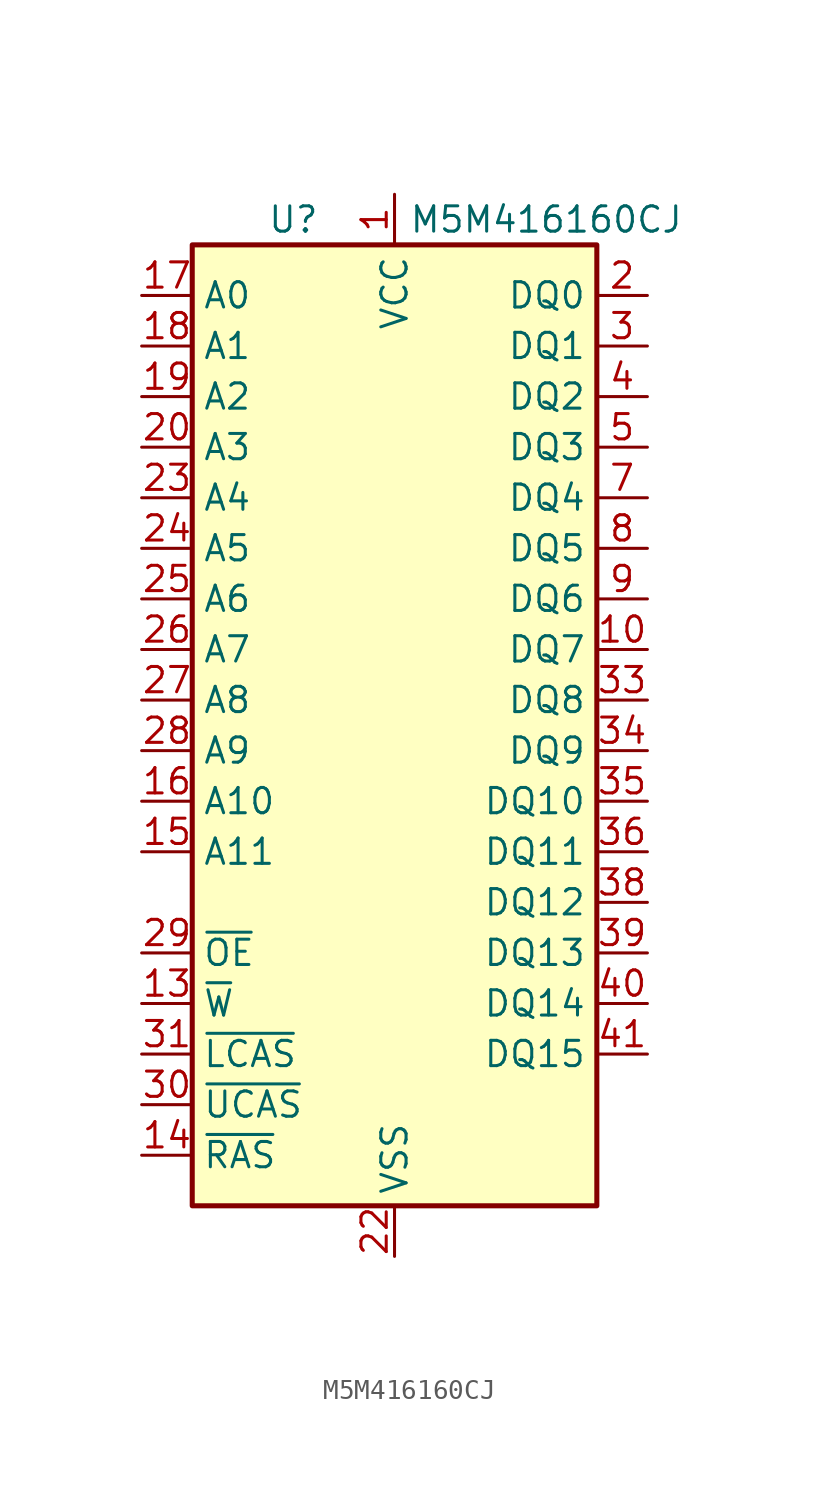
<source format=kicad_sym>
(kicad_symbol_lib
  (version 20231120)
  (generator "kicad_symbol_editor")
  (generator_version "8.0")
  (symbol "M5M416160CJ"
    (property "Reference" "U"
      (at -5.08 25.4 0)
      (effects (font (size 1.27 1.27))))
    (property "Value" "M5M416160CJ"
      (at 7.62 25.4 0)
      (effects (font (size 1.27 1.27))))
    (symbol "M5M416160CJ_0_1"
      (rectangle (start -10.16 24.13) (end 10.16 -24.13) (stroke (width 0.254) (type default)) (fill (type background))))
    (symbol "M5M416160CJ_1_0"
      (pin no_connect line (at 10.16 -21.59 180) (length 2.54) hide (name "NC" (effects (font (size 1.27 1.27)))) (number "32" (effects (font (size 1.27 1.27))))))
    (symbol "M5M416160CJ_1_1"
      (pin power_in line (at 0 26.67 270) (length 2.54) (name "VCC" (effects (font (size 1.27 1.27)))) (number "1" (effects (font (size 1.27 1.27)))))
      (pin bidirectional line (at 12.7 3.81 180) (length 2.54) (name "DQ7" (effects (font (size 1.27 1.27)))) (number "10" (effects (font (size 1.27 1.27)))))
      (pin no_connect line (at 10.16 -19.05 180) (length 2.54) hide (name "NC" (effects (font (size 1.27 1.27)))) (number "11" (effects (font (size 1.27 1.27)))))
      (pin no_connect line (at 10.16 -21.59 180) (length 2.54) hide (name "NC" (effects (font (size 1.27 1.27)))) (number "12" (effects (font (size 1.27 1.27)))))
      (pin input line (at -12.7 -13.97 0) (length 2.54) (name "~{W}" (effects (font (size 1.27 1.27)))) (number "13" (effects (font (size 1.27 1.27)))))
      (pin input line (at -12.7 -21.59 0) (length 2.54) (name "~{RAS}" (effects (font (size 1.27 1.27)))) (number "14" (effects (font (size 1.27 1.27)))))
      (pin input line (at -12.7 -6.35 0) (length 2.54) (name "A11" (effects (font (size 1.27 1.27)))) (number "15" (effects (font (size 1.27 1.27)))))
      (pin input line (at -12.7 -3.81 0) (length 2.54) (name "A10" (effects (font (size 1.27 1.27)))) (number "16" (effects (font (size 1.27 1.27)))))
      (pin input line (at -12.7 21.59 0) (length 2.54) (name "A0" (effects (font (size 1.27 1.27)))) (number "17" (effects (font (size 1.27 1.27)))))
      (pin input line (at -12.7 19.05 0) (length 2.54) (name "A1" (effects (font (size 1.27 1.27)))) (number "18" (effects (font (size 1.27 1.27)))))
      (pin input line (at -12.7 16.51 0) (length 2.54) (name "A2" (effects (font (size 1.27 1.27)))) (number "19" (effects (font (size 1.27 1.27)))))
      (pin bidirectional line (at 12.7 21.59 180) (length 2.54) (name "DQ0" (effects (font (size 1.27 1.27)))) (number "2" (effects (font (size 1.27 1.27)))))
      (pin input line (at -12.7 13.97 0) (length 2.54) (name "A3" (effects (font (size 1.27 1.27)))) (number "20" (effects (font (size 1.27 1.27)))))
      (pin passive line (at 0 26.67 270) (length 2.54) hide (name "VCC" (effects (font (size 1.27 1.27)))) (number "21" (effects (font (size 1.27 1.27)))))
      (pin power_in line (at 0 -26.67 90) (length 2.54) (name "VSS" (effects (font (size 1.27 1.27)))) (number "22" (effects (font (size 1.27 1.27)))))
      (pin input line (at -12.7 11.43 0) (length 2.54) (name "A4" (effects (font (size 1.27 1.27)))) (number "23" (effects (font (size 1.27 1.27)))))
      (pin input line (at -12.7 8.89 0) (length 2.54) (name "A5" (effects (font (size 1.27 1.27)))) (number "24" (effects (font (size 1.27 1.27)))))
      (pin input line (at -12.7 6.35 0) (length 2.54) (name "A6" (effects (font (size 1.27 1.27)))) (number "25" (effects (font (size 1.27 1.27)))))
      (pin input line (at -12.7 3.81 0) (length 2.54) (name "A7" (effects (font (size 1.27 1.27)))) (number "26" (effects (font (size 1.27 1.27)))))
      (pin input line (at -12.7 1.27 0) (length 2.54) (name "A8" (effects (font (size 1.27 1.27)))) (number "27" (effects (font (size 1.27 1.27)))))
      (pin input line (at -12.7 -1.27 0) (length 2.54) (name "A9" (effects (font (size 1.27 1.27)))) (number "28" (effects (font (size 1.27 1.27)))))
      (pin input line (at -12.7 -11.43 0) (length 2.54) (name "~{OE}" (effects (font (size 1.27 1.27)))) (number "29" (effects (font (size 1.27 1.27)))))
      (pin bidirectional line (at 12.7 19.05 180) (length 2.54) (name "DQ1" (effects (font (size 1.27 1.27)))) (number "3" (effects (font (size 1.27 1.27)))))
      (pin input line (at -12.7 -19.05 0) (length 2.54) (name "~{UCAS}" (effects (font (size 1.27 1.27)))) (number "30" (effects (font (size 1.27 1.27)))))
      (pin input line (at -12.7 -16.51 0) (length 2.54) (name "~{LCAS}" (effects (font (size 1.27 1.27)))) (number "31" (effects (font (size 1.27 1.27)))))
      (pin bidirectional line (at 12.7 1.27 180) (length 2.54) (name "DQ8" (effects (font (size 1.27 1.27)))) (number "33" (effects (font (size 1.27 1.27)))))
      (pin bidirectional line (at 12.7 -1.27 180) (length 2.54) (name "DQ9" (effects (font (size 1.27 1.27)))) (number "34" (effects (font (size 1.27 1.27)))))
      (pin bidirectional line (at 12.7 -3.81 180) (length 2.54) (name "DQ10" (effects (font (size 1.27 1.27)))) (number "35" (effects (font (size 1.27 1.27)))))
      (pin bidirectional line (at 12.7 -6.35 180) (length 2.54) (name "DQ11" (effects (font (size 1.27 1.27)))) (number "36" (effects (font (size 1.27 1.27)))))
      (pin passive line (at 0 -26.67 90) (length 2.54) hide (name "VSS" (effects (font (size 1.27 1.27)))) (number "37" (effects (font (size 1.27 1.27)))))
      (pin bidirectional line (at 12.7 -8.89 180) (length 2.54) (name "DQ12" (effects (font (size 1.27 1.27)))) (number "38" (effects (font (size 1.27 1.27)))))
      (pin bidirectional line (at 12.7 -11.43 180) (length 2.54) (name "DQ13" (effects (font (size 1.27 1.27)))) (number "39" (effects (font (size 1.27 1.27)))))
      (pin bidirectional line (at 12.7 16.51 180) (length 2.54) (name "DQ2" (effects (font (size 1.27 1.27)))) (number "4" (effects (font (size 1.27 1.27)))))
      (pin bidirectional line (at 12.7 -13.97 180) (length 2.54) (name "DQ14" (effects (font (size 1.27 1.27)))) (number "40" (effects (font (size 1.27 1.27)))))
      (pin bidirectional line (at 12.7 -16.51 180) (length 2.54) (name "DQ15" (effects (font (size 1.27 1.27)))) (number "41" (effects (font (size 1.27 1.27)))))
      (pin passive line (at 0 -26.67 90) (length 2.54) hide (name "VSS" (effects (font (size 1.27 1.27)))) (number "42" (effects (font (size 1.27 1.27)))))
      (pin bidirectional line (at 12.7 13.97 180) (length 2.54) (name "DQ3" (effects (font (size 1.27 1.27)))) (number "5" (effects (font (size 1.27 1.27)))))
      (pin passive line (at 0 26.67 270) (length 2.54) hide (name "VCC" (effects (font (size 1.27 1.27)))) (number "6" (effects (font (size 1.27 1.27)))))
      (pin bidirectional line (at 12.7 11.43 180) (length 2.54) (name "DQ4" (effects (font (size 1.27 1.27)))) (number "7" (effects (font (size 1.27 1.27)))))
      (pin bidirectional line (at 12.7 8.89 180) (length 2.54) (name "DQ5" (effects (font (size 1.27 1.27)))) (number "8" (effects (font (size 1.27 1.27)))))
      (pin bidirectional line (at 12.7 6.35 180) (length 2.54) (name "DQ6" (effects (font (size 1.27 1.27)))) (number "9" (effects (font (size 1.27 1.27))))))))
</source>
